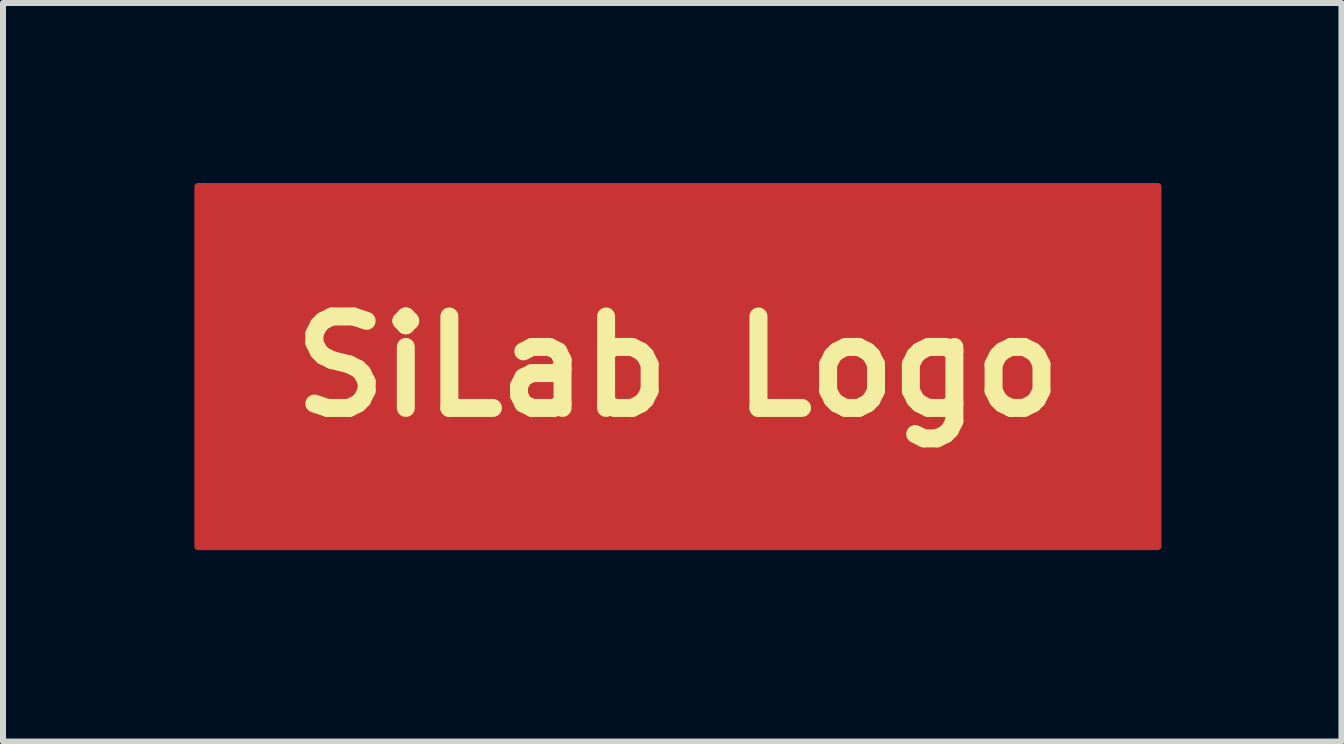
<source format=kicad_pcb>
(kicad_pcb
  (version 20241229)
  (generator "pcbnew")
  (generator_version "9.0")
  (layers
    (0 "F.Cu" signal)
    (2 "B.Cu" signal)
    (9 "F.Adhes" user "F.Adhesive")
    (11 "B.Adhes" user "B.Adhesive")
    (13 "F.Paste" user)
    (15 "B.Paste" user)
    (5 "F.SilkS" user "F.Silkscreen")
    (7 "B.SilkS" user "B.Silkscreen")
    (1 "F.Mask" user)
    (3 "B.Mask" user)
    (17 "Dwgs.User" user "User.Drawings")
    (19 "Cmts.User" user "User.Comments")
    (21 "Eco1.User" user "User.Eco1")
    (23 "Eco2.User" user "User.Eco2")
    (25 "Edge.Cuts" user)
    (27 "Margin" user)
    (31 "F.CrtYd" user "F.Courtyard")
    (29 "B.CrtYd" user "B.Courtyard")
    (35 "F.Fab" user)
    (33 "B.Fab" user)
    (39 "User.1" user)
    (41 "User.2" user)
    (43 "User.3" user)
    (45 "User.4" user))
  (footprint "SiLab Logo"
    (layer "F.Cu")
    (at 0.25 6.06)
    (property "Reference" "SiLab Logo" (at 8 -3 0) (layer "F.SilkS") (effects (font (size 1.524 1.524) (thickness 0.3))))
    (attr smd board_only exclude_from_bom dnp)
    (fp_rect (start 0 -6) (end 16 0) (stroke (width 0.12) (type solid)) (fill yes) (layer "F.Cu"))
    (fp_poly (pts (xy 7.85 -0.818) (xy 7.746 -0.818) (xy 7.746 -0.922) (xy 7.85 -0.922) (xy 7.85 -0.818)) (stroke (width 0.01) (type solid)) (fill yes) (layer "F.Mask"))
    (fp_poly (pts (xy 7.85 -0.218) (xy 7.746 -0.218) (xy 7.746 -0.737) (xy 7.85 -0.737) (xy 7.85 -0.218)) (stroke (width 0.01) (type solid)) (fill yes) (layer "F.Mask"))
    (fp_poly (pts (xy 8.058 -0.218) (xy 7.965 -0.218) (xy 7.965 -0.922) (xy 8.058 -0.922) (xy 8.058 -0.218)) (stroke (width 0.01) (type solid)) (fill yes) (layer "F.Mask"))
    (fp_poly (pts (xy 8.289 -0.818) (xy 8.185 -0.818) (xy 8.185 -0.922) (xy 8.289 -0.922) (xy 8.289 -0.818)) (stroke (width 0.01) (type solid)) (fill yes) (layer "F.Mask"))
    (fp_poly (pts (xy 8.289 -0.218) (xy 8.185 -0.218) (xy 8.185 -0.737) (xy 8.289 -0.737) (xy 8.289 -0.218)) (stroke (width 0.01) (type solid)) (fill yes) (layer "F.Mask"))
    (fp_poly (pts (xy 9.004 -0.818) (xy 8.901 -0.818) (xy 8.901 -0.922) (xy 9.004 -0.922) (xy 9.004 -0.818)) (stroke (width 0.01) (type solid)) (fill yes) (layer "F.Mask"))
    (fp_poly (pts (xy 9.004 -0.218) (xy 8.901 -0.218) (xy 8.901 -0.737) (xy 9.004 -0.737) (xy 9.004 -0.218)) (stroke (width 0.01) (type solid)) (fill yes) (layer "F.Mask"))
    (fp_poly (pts (xy 8.012 -2.203) (xy 9.432 -2.203) (xy 9.432 -1.476) (xy 7.088 -1.476) (xy 7.088 -4.432) (xy 8.012 -4.432) (xy 8.012 -2.203)) (stroke (width 0.01) (type solid)) (fill yes) (layer "F.Mask"))
    (fp_poly (pts (xy 10.875 -0.31) (xy 11.221 -0.31) (xy 11.221 -0.218) (xy 10.771 -0.218) (xy 10.771 -0.922) (xy 10.875 -0.922) (xy 10.875 -0.31)) (stroke (width 0.01) (type solid)) (fill yes) (layer "F.Mask"))
    (fp_poly (pts (xy 8.808 -0.703) (xy 8.805 -0.687) (xy 8.795 -0.666) (xy 8.775 -0.637) (xy 8.745 -0.598) (xy 8.703 -0.546) (xy 8.653 -0.487) (xy 8.498 -0.304) (xy 8.659 -0.301) (xy 8.82 -0.298) (xy 8.82 -0.218) (xy 8.358 -0.218) (xy 8.358 -0.253) (xy 8.36 -0.268) (xy 8.369 -0.287) (xy 8.386 -0.313) (xy 8.413 -0.348) (xy 8.451 -0.394) (xy 8.503 -0.454) (xy 8.516 -0.469) (xy 8.674 -0.65) (xy 8.528 -0.654) (xy 8.381 -0.657) (xy 8.381 -0.737) (xy 8.808 -0.737) (xy 8.808 -0.703)) (stroke (width 0.01) (type solid)) (fill yes) (layer "F.Mask"))
    (fp_poly (pts (xy 13.195 -0.736) (xy 13.226 -0.726) (xy 13.238 -0.716) (xy 13.237 -0.699) (xy 13.227 -0.671) (xy 13.216 -0.645) (xy 13.202 -0.636) (xy 13.176 -0.639) (xy 13.175 -0.639) (xy 13.137 -0.643) (xy 13.107 -0.637) (xy 13.085 -0.618) (xy 13.069 -0.586) (xy 13.058 -0.537) (xy 13.051 -0.469) (xy 13.048 -0.388) (xy 13.043 -0.218) (xy 12.953 -0.218) (xy 12.953 -0.737) (xy 12.999 -0.737) (xy 13.029 -0.735) (xy 13.042 -0.728) (xy 13.045 -0.712) (xy 13.045 -0.687) (xy 13.071 -0.711) (xy 13.111 -0.737) (xy 13.154 -0.744) (xy 13.195 -0.736)) (stroke (width 0.01) (type solid)) (fill yes) (layer "F.Mask"))
    (fp_poly (pts (xy 9.214 -0.54) (xy 9.218 -0.343) (xy 9.25 -0.315) (xy 9.294 -0.291) (xy 9.34 -0.289) (xy 9.385 -0.309) (xy 9.399 -0.32) (xy 9.418 -0.34) (xy 9.432 -0.367) (xy 9.442 -0.402) (xy 9.448 -0.45) (xy 9.452 -0.514) (xy 9.454 -0.597) (xy 9.454 -0.607) (xy 9.455 -0.737) (xy 9.547 -0.737) (xy 9.547 -0.218) (xy 9.501 -0.218) (xy 9.471 -0.22) (xy 9.457 -0.227) (xy 9.455 -0.24) (xy 9.453 -0.253) (xy 9.446 -0.255) (xy 9.427 -0.244) (xy 9.413 -0.235) (xy 9.366 -0.214) (xy 9.309 -0.206) (xy 9.25 -0.21) (xy 9.206 -0.222) (xy 9.18 -0.235) (xy 9.161 -0.251) (xy 9.146 -0.272) (xy 9.136 -0.303) (xy 9.129 -0.345) (xy 9.125 -0.403) (xy 9.123 -0.48) (xy 9.122 -0.521) (xy 9.118 -0.737) (xy 9.21 -0.737) (xy 9.214 -0.54)) (stroke (width 0.01) (type solid)) (fill yes) (layer "F.Mask"))
    (fp_poly (pts (xy 15.092 -0.731) (xy 15.135 -0.707) (xy 15.145 -0.699) (xy 15.161 -0.678) (xy 15.174 -0.654) (xy 15.183 -0.623) (xy 15.188 -0.582) (xy 15.191 -0.527) (xy 15.193 -0.454) (xy 15.193 -0.413) (xy 15.193 -0.218) (xy 15.1 -0.218) (xy 15.1 -0.382) (xy 15.099 -0.466) (xy 15.096 -0.53) (xy 15.09 -0.577) (xy 15.08 -0.61) (xy 15.067 -0.632) (xy 15.058 -0.64) (xy 15.022 -0.654) (xy 14.978 -0.654) (xy 14.935 -0.641) (xy 14.899 -0.618) (xy 14.881 -0.591) (xy 14.877 -0.57) (xy 14.873 -0.53) (xy 14.871 -0.477) (xy 14.87 -0.416) (xy 14.87 -0.39) (xy 14.87 -0.218) (xy 14.766 -0.218) (xy 14.766 -0.737) (xy 14.812 -0.737) (xy 14.842 -0.736) (xy 14.855 -0.728) (xy 14.858 -0.711) (xy 14.858 -0.706) (xy 14.858 -0.675) (xy 14.884 -0.699) (xy 14.927 -0.726) (xy 14.981 -0.74) (xy 15.038 -0.741) (xy 15.092 -0.731)) (stroke (width 0.01) (type solid)) (fill yes) (layer "F.Mask"))
    (fp_poly (pts (xy 15.646 -0.731) (xy 15.69 -0.707) (xy 15.699 -0.699) (xy 15.716 -0.678) (xy 15.728 -0.654) (xy 15.737 -0.623) (xy 15.742 -0.582) (xy 15.746 -0.527) (xy 15.747 -0.454) (xy 15.747 -0.413) (xy 15.747 -0.218) (xy 15.655 -0.218) (xy 15.655 -0.382) (xy 15.654 -0.466) (xy 15.65 -0.53) (xy 15.644 -0.577) (xy 15.634 -0.61) (xy 15.621 -0.632) (xy 15.612 -0.64) (xy 15.576 -0.654) (xy 15.532 -0.654) (xy 15.489 -0.641) (xy 15.453 -0.618) (xy 15.435 -0.591) (xy 15.431 -0.57) (xy 15.428 -0.53) (xy 15.425 -0.477) (xy 15.424 -0.416) (xy 15.424 -0.39) (xy 15.424 -0.218) (xy 15.32 -0.218) (xy 15.32 -0.737) (xy 15.366 -0.737) (xy 15.396 -0.736) (xy 15.409 -0.728) (xy 15.412 -0.711) (xy 15.412 -0.706) (xy 15.412 -0.675) (xy 15.438 -0.699) (xy 15.481 -0.726) (xy 15.535 -0.74) (xy 15.592 -0.741) (xy 15.646 -0.731)) (stroke (width 0.01) (type solid)) (fill yes) (layer "F.Mask"))
    (fp_poly (pts (xy 12.709 -0.729) (xy 12.768 -0.701) (xy 12.815 -0.657) (xy 12.836 -0.624) (xy 12.859 -0.558) (xy 12.868 -0.484) (xy 12.862 -0.408) (xy 12.844 -0.338) (xy 12.822 -0.296) (xy 12.781 -0.254) (xy 12.726 -0.224) (xy 12.661 -0.208) (xy 12.593 -0.207) (xy 12.528 -0.221) (xy 12.505 -0.231) (xy 12.467 -0.256) (xy 12.434 -0.289) (xy 12.426 -0.298) (xy 12.4 -0.355) (xy 12.385 -0.421) (xy 12.384 -0.462) (xy 12.48 -0.462) (xy 12.491 -0.392) (xy 12.492 -0.389) (xy 12.515 -0.342) (xy 12.552 -0.308) (xy 12.598 -0.289) (xy 12.646 -0.287) (xy 12.693 -0.304) (xy 12.705 -0.312) (xy 12.742 -0.356) (xy 12.763 -0.415) (xy 12.768 -0.472) (xy 12.76 -0.539) (xy 12.738 -0.595) (xy 12.703 -0.635) (xy 12.658 -0.657) (xy 12.631 -0.66) (xy 12.579 -0.652) (xy 12.536 -0.624) (xy 12.504 -0.581) (xy 12.485 -0.526) (xy 12.48 -0.462) (xy 12.384 -0.462) (xy 12.383 -0.492) (xy 12.392 -0.561) (xy 12.411 -0.622) (xy 12.442 -0.67) (xy 12.452 -0.681) (xy 12.511 -0.719) (xy 12.576 -0.739) (xy 12.644 -0.742) (xy 12.709 -0.729)) (stroke (width 0.01) (type solid)) (fill yes) (layer "F.Mask"))
    (fp_poly (pts (xy 14.522 -0.729) (xy 14.58 -0.701) (xy 14.628 -0.657) (xy 14.649 -0.624) (xy 14.672 -0.558) (xy 14.68 -0.484) (xy 14.675 -0.408) (xy 14.657 -0.338) (xy 14.635 -0.296) (xy 14.594 -0.254) (xy 14.538 -0.224) (xy 14.474 -0.208) (xy 14.406 -0.207) (xy 14.341 -0.221) (xy 14.317 -0.231) (xy 14.279 -0.256) (xy 14.246 -0.289) (xy 14.239 -0.298) (xy 14.212 -0.355) (xy 14.198 -0.421) (xy 14.197 -0.462) (xy 14.293 -0.462) (xy 14.303 -0.392) (xy 14.304 -0.389) (xy 14.328 -0.342) (xy 14.365 -0.308) (xy 14.41 -0.289) (xy 14.459 -0.287) (xy 14.506 -0.304) (xy 14.517 -0.312) (xy 14.555 -0.356) (xy 14.576 -0.415) (xy 14.581 -0.472) (xy 14.573 -0.539) (xy 14.551 -0.595) (xy 14.516 -0.635) (xy 14.471 -0.657) (xy 14.444 -0.66) (xy 14.391 -0.652) (xy 14.349 -0.624) (xy 14.317 -0.581) (xy 14.297 -0.526) (xy 14.293 -0.462) (xy 14.197 -0.462) (xy 14.195 -0.492) (xy 14.204 -0.561) (xy 14.224 -0.622) (xy 14.254 -0.67) (xy 14.265 -0.681) (xy 14.324 -0.719) (xy 14.389 -0.739) (xy 14.456 -0.742) (xy 14.522 -0.729)) (stroke (width 0.01) (type solid)) (fill yes) (layer "F.Mask"))
    (fp_poly (pts (xy 11.949 -0.689) (xy 11.986 -0.712) (xy 12.05 -0.739) (xy 12.115 -0.743) (xy 12.177 -0.725) (xy 12.234 -0.686) (xy 12.238 -0.681) (xy 12.272 -0.639) (xy 12.293 -0.589) (xy 12.304 -0.527) (xy 12.306 -0.468) (xy 12.297 -0.384) (xy 12.271 -0.314) (xy 12.227 -0.258) (xy 12.177 -0.222) (xy 12.133 -0.209) (xy 12.079 -0.206) (xy 12.026 -0.214) (xy 11.986 -0.23) (xy 11.962 -0.245) (xy 11.951 -0.246) (xy 11.949 -0.236) (xy 11.942 -0.223) (xy 11.92 -0.218) (xy 11.902 -0.218) (xy 11.856 -0.218) (xy 11.856 -0.464) (xy 11.949 -0.464) (xy 11.955 -0.404) (xy 11.973 -0.352) (xy 12 -0.312) (xy 12.01 -0.304) (xy 12.052 -0.287) (xy 12.099 -0.289) (xy 12.142 -0.308) (xy 12.156 -0.32) (xy 12.188 -0.366) (xy 12.207 -0.427) (xy 12.211 -0.494) (xy 12.21 -0.51) (xy 12.194 -0.576) (xy 12.165 -0.624) (xy 12.122 -0.653) (xy 12.12 -0.654) (xy 12.072 -0.661) (xy 12.027 -0.647) (xy 11.989 -0.614) (xy 11.97 -0.582) (xy 11.953 -0.526) (xy 11.949 -0.464) (xy 11.856 -0.464) (xy 11.856 -0.922) (xy 11.949 -0.922) (xy 11.949 -0.689)) (stroke (width 0.01) (type solid)) (fill yes) (layer "F.Mask"))
    (fp_poly (pts (xy 9.948 -0.739) (xy 9.998 -0.719) (xy 10.025 -0.697) (xy 10.05 -0.67) (xy 10.081 -0.697) (xy 10.133 -0.728) (xy 10.193 -0.742) (xy 10.254 -0.739) (xy 10.307 -0.717) (xy 10.327 -0.702) (xy 10.342 -0.681) (xy 10.353 -0.651) (xy 10.36 -0.61) (xy 10.365 -0.555) (xy 10.366 -0.481) (xy 10.367 -0.42) (xy 10.367 -0.218) (xy 10.276 -0.218) (xy 10.272 -0.413) (xy 10.271 -0.485) (xy 10.269 -0.539) (xy 10.266 -0.576) (xy 10.262 -0.601) (xy 10.256 -0.618) (xy 10.248 -0.63) (xy 10.247 -0.632) (xy 10.216 -0.65) (xy 10.176 -0.656) (xy 10.135 -0.649) (xy 10.124 -0.644) (xy 10.103 -0.63) (xy 10.088 -0.609) (xy 10.078 -0.578) (xy 10.071 -0.534) (xy 10.068 -0.473) (xy 10.067 -0.393) (xy 10.067 -0.218) (xy 9.977 -0.218) (xy 9.973 -0.413) (xy 9.971 -0.485) (xy 9.969 -0.539) (xy 9.966 -0.576) (xy 9.962 -0.602) (xy 9.956 -0.618) (xy 9.948 -0.63) (xy 9.947 -0.632) (xy 9.914 -0.652) (xy 9.873 -0.656) (xy 9.83 -0.645) (xy 9.805 -0.628) (xy 9.772 -0.601) (xy 9.769 -0.409) (xy 9.765 -0.218) (xy 9.663 -0.218) (xy 9.663 -0.737) (xy 9.709 -0.737) (xy 9.738 -0.736) (xy 9.752 -0.728) (xy 9.755 -0.711) (xy 9.755 -0.707) (xy 9.755 -0.677) (xy 9.789 -0.706) (xy 9.836 -0.732) (xy 9.891 -0.743) (xy 9.948 -0.739)) (stroke (width 0.01) (type solid)) (fill yes) (layer "F.Mask"))
    (fp_poly (pts (xy 13.837 -0.921) (xy 13.898 -0.918) (xy 13.944 -0.912) (xy 13.979 -0.902) (xy 14.006 -0.888) (xy 14.029 -0.867) (xy 14.041 -0.854) (xy 14.07 -0.803) (xy 14.081 -0.747) (xy 14.075 -0.692) (xy 14.05 -0.642) (xy 14.028 -0.619) (xy 13.995 -0.591) (xy 14.029 -0.576) (xy 14.071 -0.546) (xy 14.099 -0.502) (xy 14.113 -0.45) (xy 14.113 -0.393) (xy 14.098 -0.338) (xy 14.069 -0.29) (xy 14.057 -0.278) (xy 14.032 -0.257) (xy 14.005 -0.241) (xy 13.972 -0.23) (xy 13.929 -0.223) (xy 13.872 -0.219) (xy 13.799 -0.218) (xy 13.759 -0.218) (xy 13.576 -0.218) (xy 13.576 -0.31) (xy 13.68 -0.31) (xy 13.801 -0.31) (xy 13.855 -0.311) (xy 13.902 -0.314) (xy 13.937 -0.319) (xy 13.951 -0.323) (xy 13.984 -0.35) (xy 14.004 -0.39) (xy 14.008 -0.435) (xy 14.003 -0.455) (xy 13.989 -0.486) (xy 13.969 -0.509) (xy 13.938 -0.524) (xy 13.893 -0.533) (xy 13.83 -0.538) (xy 13.805 -0.539) (xy 13.68 -0.543) (xy 13.68 -0.31) (xy 13.576 -0.31) (xy 13.576 -0.829) (xy 13.68 -0.829) (xy 13.68 -0.633) (xy 13.791 -0.633) (xy 13.862 -0.635) (xy 13.912 -0.642) (xy 13.934 -0.65) (xy 13.966 -0.678) (xy 13.981 -0.716) (xy 13.978 -0.758) (xy 13.957 -0.796) (xy 13.952 -0.801) (xy 13.938 -0.814) (xy 13.922 -0.822) (xy 13.9 -0.827) (xy 13.866 -0.829) (xy 13.815 -0.829) (xy 13.802 -0.829) (xy 13.68 -0.829) (xy 13.576 -0.829) (xy 13.576 -0.922) (xy 13.756 -0.922) (xy 13.837 -0.921)) (stroke (width 0.01) (type solid)) (fill yes) (layer "F.Mask"))
    (fp_poly (pts (xy 11.61 -0.736) (xy 11.669 -0.718) (xy 11.71 -0.687) (xy 11.718 -0.676) (xy 11.725 -0.659) (xy 11.731 -0.629) (xy 11.735 -0.583) (xy 11.739 -0.52) (xy 11.741 -0.454) (xy 11.744 -0.388) (xy 11.747 -0.329) (xy 11.751 -0.281) (xy 11.755 -0.249) (xy 11.757 -0.238) (xy 11.76 -0.225) (xy 11.75 -0.219) (xy 11.723 -0.218) (xy 11.714 -0.218) (xy 11.681 -0.22) (xy 11.663 -0.227) (xy 11.657 -0.241) (xy 11.652 -0.254) (xy 11.644 -0.257) (xy 11.626 -0.251) (xy 11.596 -0.235) (xy 11.545 -0.216) (xy 11.486 -0.207) (xy 11.426 -0.207) (xy 11.375 -0.216) (xy 11.357 -0.224) (xy 11.321 -0.256) (xy 11.298 -0.301) (xy 11.291 -0.353) (xy 11.295 -0.376) (xy 11.396 -0.376) (xy 11.397 -0.342) (xy 11.414 -0.31) (xy 11.446 -0.286) (xy 11.452 -0.283) (xy 11.481 -0.28) (xy 11.521 -0.285) (xy 11.559 -0.296) (xy 11.576 -0.305) (xy 11.613 -0.341) (xy 11.635 -0.392) (xy 11.641 -0.422) (xy 11.645 -0.452) (xy 11.642 -0.465) (xy 11.631 -0.464) (xy 11.622 -0.461) (xy 11.598 -0.454) (xy 11.559 -0.446) (xy 11.516 -0.438) (xy 11.472 -0.428) (xy 11.436 -0.417) (xy 11.415 -0.405) (xy 11.396 -0.376) (xy 11.295 -0.376) (xy 11.3 -0.406) (xy 11.314 -0.435) (xy 11.348 -0.472) (xy 11.399 -0.497) (xy 11.458 -0.511) (xy 11.495 -0.518) (xy 11.543 -0.525) (xy 11.577 -0.531) (xy 11.65 -0.544) (xy 11.642 -0.58) (xy 11.63 -0.617) (xy 11.609 -0.64) (xy 11.573 -0.656) (xy 11.569 -0.657) (xy 11.515 -0.664) (xy 11.466 -0.654) (xy 11.427 -0.629) (xy 11.409 -0.603) (xy 11.391 -0.576) (xy 11.375 -0.569) (xy 11.374 -0.569) (xy 11.35 -0.574) (xy 11.329 -0.575) (xy 11.308 -0.578) (xy 11.304 -0.592) (xy 11.307 -0.606) (xy 11.332 -0.662) (xy 11.374 -0.703) (xy 11.433 -0.729) (xy 11.511 -0.741) (xy 11.533 -0.741) (xy 11.61 -0.736)) (stroke (width 0.01) (type solid)) (fill yes) (layer "F.Mask"))
    (fp_poly (pts (xy 7.411 -0.931) (xy 7.417 -0.931) (xy 7.49 -0.912) (xy 7.548 -0.878) (xy 7.589 -0.829) (xy 7.597 -0.814) (xy 7.61 -0.779) (xy 7.618 -0.748) (xy 7.619 -0.74) (xy 7.616 -0.724) (xy 7.604 -0.716) (xy 7.577 -0.714) (xy 7.567 -0.714) (xy 7.534 -0.716) (xy 7.519 -0.722) (xy 7.515 -0.736) (xy 7.515 -0.736) (xy 7.505 -0.767) (xy 7.479 -0.799) (xy 7.444 -0.826) (xy 7.409 -0.842) (xy 7.354 -0.849) (xy 7.302 -0.843) (xy 7.257 -0.826) (xy 7.222 -0.801) (xy 7.202 -0.769) (xy 7.2 -0.732) (xy 7.203 -0.721) (xy 7.212 -0.703) (xy 7.227 -0.688) (xy 7.25 -0.675) (xy 7.287 -0.661) (xy 7.339 -0.646) (xy 7.391 -0.632) (xy 7.463 -0.611) (xy 7.517 -0.591) (xy 7.558 -0.569) (xy 7.589 -0.542) (xy 7.607 -0.522) (xy 7.634 -0.471) (xy 7.641 -0.414) (xy 7.63 -0.357) (xy 7.602 -0.303) (xy 7.559 -0.258) (xy 7.509 -0.228) (xy 7.47 -0.216) (xy 7.417 -0.209) (xy 7.357 -0.207) (xy 7.298 -0.209) (xy 7.249 -0.215) (xy 7.232 -0.22) (xy 7.169 -0.254) (xy 7.118 -0.305) (xy 7.084 -0.37) (xy 7.073 -0.411) (xy 7.07 -0.437) (xy 7.076 -0.447) (xy 7.091 -0.449) (xy 7.124 -0.452) (xy 7.141 -0.455) (xy 7.16 -0.456) (xy 7.169 -0.44) (xy 7.172 -0.429) (xy 7.194 -0.376) (xy 7.233 -0.336) (xy 7.289 -0.31) (xy 7.358 -0.299) (xy 7.371 -0.298) (xy 7.433 -0.305) (xy 7.481 -0.324) (xy 7.516 -0.352) (xy 7.536 -0.385) (xy 7.538 -0.422) (xy 7.522 -0.458) (xy 7.485 -0.491) (xy 7.474 -0.498) (xy 7.458 -0.504) (xy 7.425 -0.514) (xy 7.38 -0.526) (xy 7.347 -0.535) (xy 7.26 -0.561) (xy 7.195 -0.589) (xy 7.148 -0.62) (xy 7.118 -0.657) (xy 7.102 -0.701) (xy 7.099 -0.738) (xy 7.109 -0.803) (xy 7.138 -0.856) (xy 7.184 -0.896) (xy 7.246 -0.923) (xy 7.322 -0.935) (xy 7.411 -0.931)) (stroke (width 0.01) (type solid)) (fill yes) (layer "F.Mask"))
    (fp_poly (pts (xy 12.194 -2.963) (xy 12.26 -2.786) (xy 12.324 -2.615) (xy 12.386 -2.452) (xy 12.444 -2.297) (xy 12.498 -2.152) (xy 12.548 -2.018) (xy 12.594 -1.895) (xy 12.634 -1.787) (xy 12.669 -1.693) (xy 12.698 -1.614) (xy 12.721 -1.554) (xy 12.736 -1.511) (xy 12.744 -1.488) (xy 12.745 -1.485) (xy 12.734 -1.483) (xy 12.702 -1.481) (xy 12.652 -1.48) (xy 12.586 -1.478) (xy 12.507 -1.477) (xy 12.416 -1.476) (xy 12.317 -1.476) (xy 12.268 -1.476) (xy 11.79 -1.476) (xy 11.742 -1.641) (xy 11.722 -1.707) (xy 11.703 -1.772) (xy 11.685 -1.831) (xy 11.672 -1.875) (xy 11.67 -1.883) (xy 11.646 -1.961) (xy 11.132 -1.958) (xy 10.617 -1.955) (xy 10.547 -1.716) (xy 10.476 -1.476) (xy 10.006 -1.476) (xy 9.904 -1.476) (xy 9.81 -1.476) (xy 9.726 -1.477) (xy 9.654 -1.477) (xy 9.597 -1.477) (xy 9.558 -1.478) (xy 9.538 -1.479) (xy 9.536 -1.479) (xy 9.54 -1.49) (xy 9.551 -1.521) (xy 9.57 -1.572) (xy 9.596 -1.64) (xy 9.628 -1.725) (xy 9.665 -1.825) (xy 9.708 -1.94) (xy 9.756 -2.067) (xy 9.808 -2.206) (xy 9.864 -2.356) (xy 9.924 -2.515) (xy 9.959 -2.607) (xy 10.818 -2.607) (xy 11.45 -2.607) (xy 11.423 -2.697) (xy 11.413 -2.728) (xy 11.397 -2.779) (xy 11.377 -2.845) (xy 11.353 -2.924) (xy 11.325 -3.013) (xy 11.296 -3.109) (xy 11.266 -3.207) (xy 11.265 -3.21) (xy 11.236 -3.304) (xy 11.209 -3.391) (xy 11.185 -3.468) (xy 11.165 -3.533) (xy 11.149 -3.583) (xy 11.138 -3.616) (xy 11.132 -3.63) (xy 11.132 -3.631) (xy 11.128 -3.619) (xy 11.119 -3.588) (xy 11.104 -3.54) (xy 11.084 -3.476) (xy 11.06 -3.399) (xy 11.034 -3.311) (xy 11.004 -3.215) (xy 10.985 -3.149) (xy 10.954 -3.048) (xy 10.925 -2.952) (xy 10.898 -2.864) (xy 10.875 -2.787) (xy 10.855 -2.724) (xy 10.841 -2.676) (xy 10.832 -2.647) (xy 10.829 -2.639) (xy 10.818 -2.607) (xy 9.959 -2.607) (xy 9.986 -2.681) (xy 10.052 -2.855) (xy 10.089 -2.954) (xy 10.642 -4.426) (xy 11.142 -4.429) (xy 11.643 -4.432) (xy 12.194 -2.963)) (stroke (width 0.01) (type solid)) (fill yes) (layer "F.Mask"))
    (fp_poly (pts (xy 13.914 -4.432) (xy 14.092 -4.431) (xy 14.249 -4.431) (xy 14.386 -4.431) (xy 14.505 -4.43) (xy 14.608 -4.428) (xy 14.696 -4.427) (xy 14.771 -4.424) (xy 14.835 -4.421) (xy 14.889 -4.418) (xy 14.936 -4.414) (xy 14.976 -4.408) (xy 15.012 -4.402) (xy 15.045 -4.395) (xy 15.077 -4.388) (xy 15.088 -4.385) (xy 15.207 -4.341) (xy 15.316 -4.28) (xy 15.411 -4.204) (xy 15.492 -4.114) (xy 15.555 -4.013) (xy 15.599 -3.903) (xy 15.603 -3.889) (xy 15.625 -3.765) (xy 15.626 -3.64) (xy 15.608 -3.519) (xy 15.57 -3.404) (xy 15.513 -3.299) (xy 15.492 -3.269) (xy 15.45 -3.223) (xy 15.394 -3.174) (xy 15.332 -3.129) (xy 15.27 -3.092) (xy 15.232 -3.074) (xy 15.202 -3.061) (xy 15.184 -3.05) (xy 15.181 -3.047) (xy 15.191 -3.04) (xy 15.217 -3.03) (xy 15.236 -3.025) (xy 15.342 -2.987) (xy 15.443 -2.932) (xy 15.534 -2.864) (xy 15.612 -2.785) (xy 15.672 -2.698) (xy 15.682 -2.68) (xy 15.715 -2.606) (xy 15.738 -2.534) (xy 15.751 -2.456) (xy 15.758 -2.367) (xy 15.758 -2.314) (xy 15.752 -2.185) (xy 15.732 -2.072) (xy 15.696 -1.97) (xy 15.644 -1.874) (xy 15.596 -1.808) (xy 15.538 -1.741) (xy 15.48 -1.686) (xy 15.417 -1.639) (xy 15.348 -1.601) (xy 15.269 -1.57) (xy 15.176 -1.544) (xy 15.068 -1.522) (xy 14.939 -1.503) (xy 14.912 -1.499) (xy 14.876 -1.495) (xy 14.841 -1.491) (xy 14.805 -1.488) (xy 14.766 -1.485) (xy 14.723 -1.483) (xy 14.672 -1.481) (xy 14.614 -1.479) (xy 14.544 -1.478) (xy 14.463 -1.477) (xy 14.366 -1.477) (xy 14.254 -1.476) (xy 14.123 -1.476) (xy 13.973 -1.476) (xy 13.882 -1.476) (xy 13.034 -1.476) (xy 13.034 -2.111) (xy 13.957 -2.111) (xy 14.205 -2.111) (xy 14.285 -2.112) (xy 14.363 -2.113) (xy 14.435 -2.116) (xy 14.495 -2.119) (xy 14.538 -2.123) (xy 14.543 -2.123) (xy 14.624 -2.139) (xy 14.688 -2.161) (xy 14.738 -2.193) (xy 14.762 -2.215) (xy 14.804 -2.266) (xy 14.828 -2.32) (xy 14.839 -2.384) (xy 14.84 -2.418) (xy 14.839 -2.465) (xy 14.833 -2.5) (xy 14.821 -2.53) (xy 14.806 -2.556) (xy 14.762 -2.61) (xy 14.72 -2.641) (xy 14.686 -2.658) (xy 14.652 -2.671) (xy 14.614 -2.682) (xy 14.568 -2.689) (xy 14.511 -2.694) (xy 14.441 -2.697) (xy 14.355 -2.699) (xy 14.249 -2.7) (xy 13.957 -2.7) (xy 13.957 -2.111) (xy 13.034 -2.111) (xy 13.034 -3.82) (xy 13.957 -3.82) (xy 13.957 -3.277) (xy 14.221 -3.277) (xy 14.315 -3.277) (xy 14.389 -3.279) (xy 14.446 -3.281) (xy 14.49 -3.285) (xy 14.523 -3.29) (xy 14.544 -3.295) (xy 14.614 -3.326) (xy 14.667 -3.372) (xy 14.702 -3.433) (xy 14.72 -3.51) (xy 14.723 -3.554) (xy 14.714 -3.633) (xy 14.688 -3.698) (xy 14.643 -3.748) (xy 14.579 -3.785) (xy 14.529 -3.802) (xy 14.497 -3.809) (xy 14.456 -3.813) (xy 14.402 -3.817) (xy 14.333 -3.819) (xy 14.246 -3.82) (xy 14.209 -3.82) (xy 13.957 -3.82) (xy 13.034 -3.82) (xy 13.034 -4.432) (xy 13.914 -4.432)) (stroke (width 0.01) (type solid)) (fill yes) (layer "F.Mask"))
    (fp_poly (pts (xy 3.66 -5.793) (xy 3.916 -5.751) (xy 4.168 -5.687) (xy 4.305 -5.643) (xy 4.394 -5.609) (xy 4.496 -5.565) (xy 4.604 -5.514) (xy 4.713 -5.459) (xy 4.817 -5.403) (xy 4.909 -5.349) (xy 4.96 -5.317) (xy 5.176 -5.159) (xy 5.376 -4.986) (xy 5.559 -4.799) (xy 5.724 -4.597) (xy 5.871 -4.383) (xy 5.998 -4.157) (xy 6.106 -3.92) (xy 6.193 -3.673) (xy 6.239 -3.508) (xy 6.263 -3.403) (xy 6.283 -3.31) (xy 6.297 -3.222) (xy 6.308 -3.134) (xy 6.314 -3.042) (xy 6.318 -2.939) (xy 6.32 -2.82) (xy 6.32 -2.781) (xy 6.319 -2.673) (xy 6.318 -2.585) (xy 6.315 -2.512) (xy 6.311 -2.449) (xy 6.305 -2.393) (xy 6.299 -2.353) (xy 6.246 -2.084) (xy 6.173 -1.826) (xy 6.08 -1.579) (xy 5.967 -1.343) (xy 5.834 -1.119) (xy 5.681 -0.907) (xy 5.508 -0.706) (xy 5.431 -0.627) (xy 5.346 -0.546) (xy 5.25 -0.462) (xy 5.151 -0.38) (xy 5.055 -0.306) (xy 4.99 -0.261) (xy 4.927 -0.218) (xy 1.644 -0.218) (xy 1.517 -0.312) (xy 1.318 -0.47) (xy 1.139 -0.634) (xy 0.977 -0.809) (xy 0.83 -0.996) (xy 0.695 -1.2) (xy 0.627 -1.316) (xy 0.519 -1.531) (xy 0.427 -1.761) (xy 0.353 -2.005) (xy 0.296 -2.259) (xy 0.28 -2.353) (xy 0.271 -2.425) (xy 1.097 -2.425) (xy 1.1 -2.393) (xy 1.109 -2.347) (xy 1.12 -2.293) (xy 1.134 -2.235) (xy 1.15 -2.177) (xy 1.166 -2.125) (xy 1.18 -2.083) (xy 1.182 -2.079) (xy 1.236 -1.969) (xy 1.304 -1.862) (xy 1.382 -1.765) (xy 1.468 -1.681) (xy 1.557 -1.614) (xy 1.583 -1.599) (xy 1.679 -1.554) (xy 1.795 -1.515) (xy 1.925 -1.482) (xy 2.066 -1.457) (xy 2.215 -1.44) (xy 2.368 -1.431) (xy 2.522 -1.431) (xy 2.671 -1.44) (xy 2.689 -1.442) (xy 2.873 -1.469) (xy 3.04 -1.511) (xy 3.189 -1.568) (xy 3.321 -1.64) (xy 3.436 -1.727) (xy 3.535 -1.83) (xy 3.618 -1.948) (xy 3.66 -2.025) (xy 3.708 -2.14) (xy 3.738 -2.253) (xy 3.752 -2.373) (xy 3.753 -2.429) (xy 3.744 -2.571) (xy 3.715 -2.702) (xy 3.667 -2.821) (xy 3.598 -2.929) (xy 3.555 -2.979) (xy 3.495 -3.039) (xy 3.426 -3.095) (xy 3.347 -3.146) (xy 3.256 -3.195) (xy 3.153 -3.242) (xy 3.034 -3.287) (xy 2.898 -3.331) (xy 2.744 -3.374) (xy 2.571 -3.419) (xy 2.412 -3.456) (xy 2.301 -3.484) (xy 2.212 -3.512) (xy 2.142 -3.543) (xy 2.092 -3.576) (xy 2.059 -3.614) (xy 2.042 -3.657) (xy 2.039 -3.707) (xy 2.045 -3.744) (xy 2.067 -3.799) (xy 2.107 -3.849) (xy 2.16 -3.888) (xy 2.18 -3.897) (xy 2.255 -3.919) (xy 2.342 -3.928) (xy 2.433 -3.925) (xy 2.521 -3.909) (xy 2.586 -3.888) (xy 2.65 -3.849) (xy 2.708 -3.792) (xy 2.756 -3.723) (xy 2.789 -3.647) (xy 2.8 -3.599) (xy 2.802 -3.587) (xy 2.803 -3.577) (xy 2.805 -3.569) (xy 2.812 -3.563) (xy 2.825 -3.559) (xy 2.846 -3.557) (xy 2.878 -3.556) (xy 2.922 -3.558) (xy 2.981 -3.561) (xy 3.056 -3.565) (xy 3.151 -3.571) (xy 3.255 -3.577) (xy 3.346 -3.583) (xy 3.43 -3.588) (xy 3.504 -3.592) (xy 3.565 -3.596) (xy 3.611 -3.598) (xy 3.638 -3.6) (xy 3.644 -3.6) (xy 3.654 -3.604) (xy 3.658 -3.617) (xy 3.656 -3.642) (xy 3.648 -3.683) (xy 3.634 -3.742) (xy 3.63 -3.758) (xy 3.586 -3.895) (xy 3.528 -4.017) (xy 3.454 -4.123) (xy 3.364 -4.214) (xy 3.256 -4.291) (xy 3.131 -4.354) (xy 2.988 -4.404) (xy 2.919 -4.42) (xy 4.271 -4.42) (xy 4.271 -1.476) (xy 5.171 -1.476) (xy 5.171 -4.42) (xy 4.271 -4.42) (xy 2.919 -4.42) (xy 2.836 -4.44) (xy 2.777 -4.448) (xy 2.699 -4.454) (xy 2.608 -4.459) (xy 2.509 -4.461) (xy 2.406 -4.461) (xy 2.304 -4.46) (xy 2.209 -4.456) (xy 2.124 -4.451) (xy 2.055 -4.443) (xy 2.031 -4.439) (xy 1.884 -4.405) (xy 1.754 -4.362) (xy 1.64 -4.306) (xy 1.536 -4.238) (xy 1.441 -4.155) (xy 1.441 -4.155) (xy 1.392 -4.104) (xy 1.355 -4.061) (xy 1.326 -4.019) (xy 1.3 -3.97) (xy 1.294 -3.958) (xy 1.255 -3.871) (xy 1.23 -3.793) (xy 1.216 -3.714) (xy 1.211 -3.627) (xy 1.21 -3.606) (xy 1.22 -3.475) (xy 1.249 -3.356) (xy 1.299 -3.246) (xy 1.369 -3.144) (xy 1.402 -3.106) (xy 1.471 -3.04) (xy 1.549 -2.979) (xy 1.64 -2.923) (xy 1.744 -2.871) (xy 1.863 -2.823) (xy 2.001 -2.776) (xy 2.157 -2.731) (xy 2.303 -2.694) (xy 2.426 -2.663) (xy 2.528 -2.634) (xy 2.611 -2.607) (xy 2.679 -2.579) (xy 2.734 -2.551) (xy 2.777 -2.521) (xy 2.81 -2.489) (xy 2.827 -2.468) (xy 2.864 -2.399) (xy 2.88 -2.328) (xy 2.876 -2.257) (xy 2.853 -2.19) (xy 2.812 -2.129) (xy 2.755 -2.078) (xy 2.683 -2.039) (xy 2.655 -2.029) (xy 2.612 -2.018) (xy 2.574 -2.011) (xy 2.531 -2.008) (xy 2.477 -2.008) (xy 2.441 -2.009) (xy 2.382 -2.012) (xy 2.339 -2.016) (xy 2.306 -2.022) (xy 2.274 -2.033) (xy 2.238 -2.05) (xy 2.223 -2.057) (xy 2.149 -2.101) (xy 2.089 -2.154) (xy 2.041 -2.219) (xy 2.003 -2.299) (xy 1.972 -2.398) (xy 1.97 -2.408) (xy 1.947 -2.502) (xy 1.876 -2.497) (xy 1.847 -2.494) (xy 1.798 -2.491) (xy 1.733 -2.487) (xy 1.656 -2.482) (xy 1.57 -2.476) (xy 1.48 -2.471) (xy 1.455 -2.469) (xy 1.368 -2.463) (xy 1.288 -2.458) (xy 1.218 -2.453) (xy 1.162 -2.448) (xy 1.122 -2.444) (xy 1.101 -2.441) (xy 1.098 -2.441) (xy 1.097 -2.425) (xy 0.271 -2.425) (xy 0.27 -2.436) (xy 0.263 -2.536) (xy 0.259 -2.649) (xy 0.258 -2.768) (xy 0.259 -2.889) (xy 0.264 -3.006) (xy 0.271 -3.114) (xy 0.281 -3.208) (xy 0.286 -3.242) (xy 0.34 -3.508) (xy 0.415 -3.764) (xy 0.511 -4.01) (xy 0.626 -4.244) (xy 0.761 -4.466) (xy 0.915 -4.677) (xy 1.088 -4.874) (xy 1.279 -5.057) (xy 1.481 -5.221) (xy 1.694 -5.366) (xy 1.918 -5.491) (xy 2.152 -5.597) (xy 2.393 -5.681) (xy 2.64 -5.746) (xy 2.891 -5.789) (xy 3.146 -5.812) (xy 3.403 -5.813) (xy 3.66 -5.793)) (stroke (width 0.01) (type solid)) (fill yes) (layer "F.Mask")))
  (gr_rect
    (start -3 -3)
    (end 19.31 9.31)
    (stroke (width 0.1) (type default))
    (fill no)
    (layer "Edge.Cuts")))
</source>
